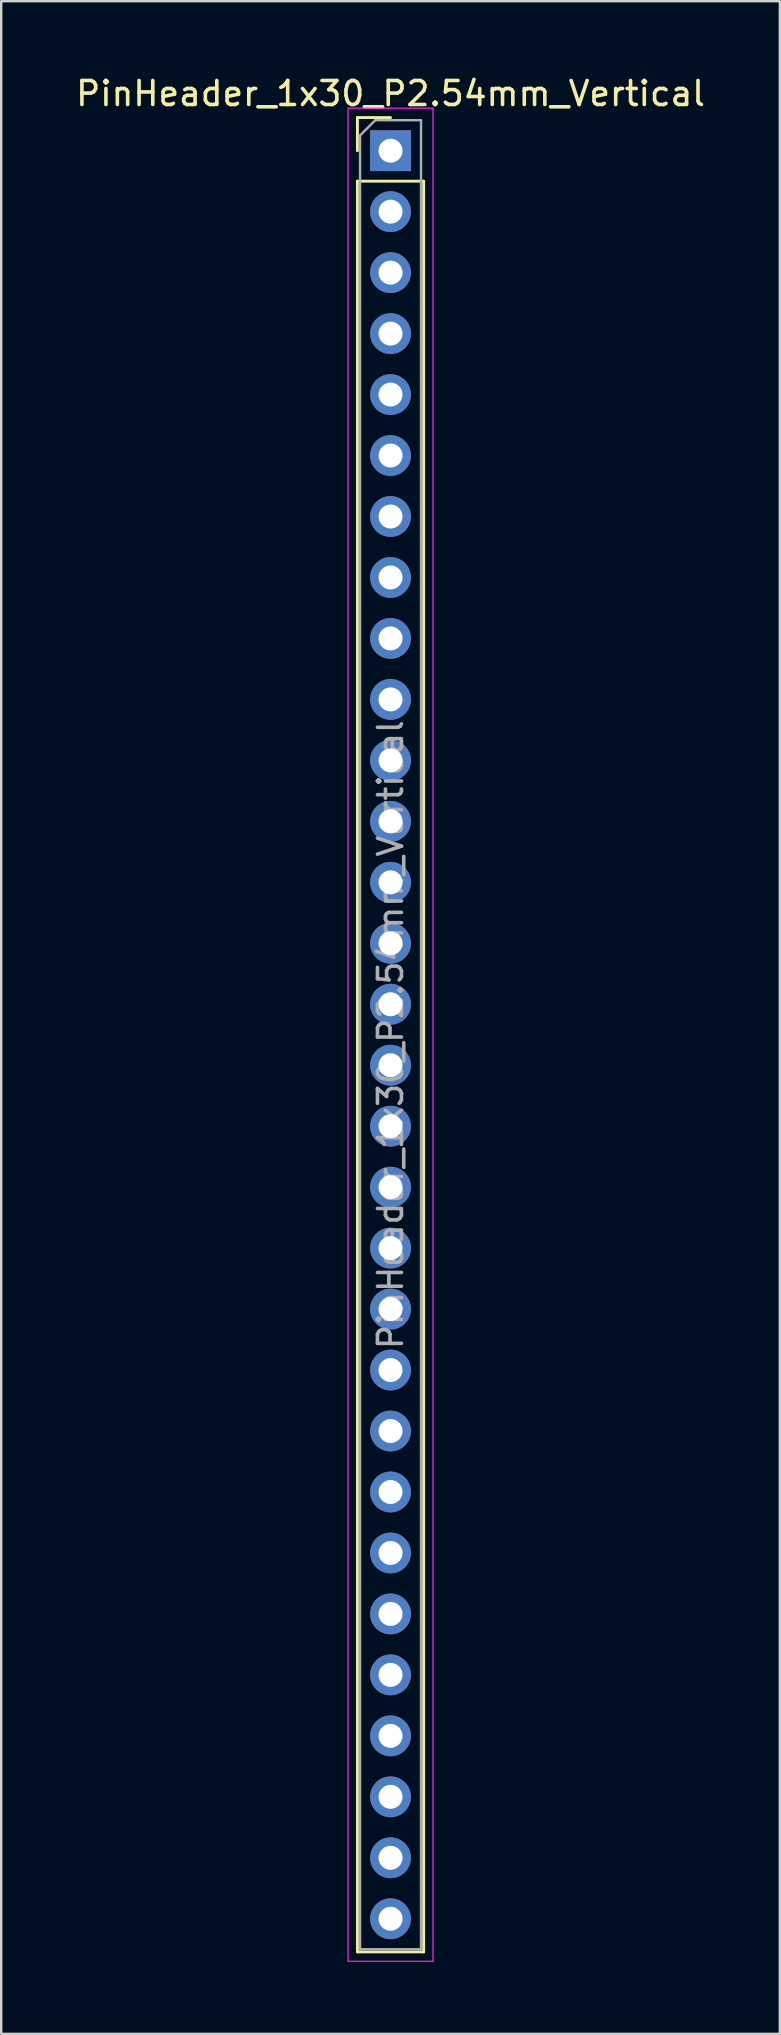
<source format=kicad_pcb>
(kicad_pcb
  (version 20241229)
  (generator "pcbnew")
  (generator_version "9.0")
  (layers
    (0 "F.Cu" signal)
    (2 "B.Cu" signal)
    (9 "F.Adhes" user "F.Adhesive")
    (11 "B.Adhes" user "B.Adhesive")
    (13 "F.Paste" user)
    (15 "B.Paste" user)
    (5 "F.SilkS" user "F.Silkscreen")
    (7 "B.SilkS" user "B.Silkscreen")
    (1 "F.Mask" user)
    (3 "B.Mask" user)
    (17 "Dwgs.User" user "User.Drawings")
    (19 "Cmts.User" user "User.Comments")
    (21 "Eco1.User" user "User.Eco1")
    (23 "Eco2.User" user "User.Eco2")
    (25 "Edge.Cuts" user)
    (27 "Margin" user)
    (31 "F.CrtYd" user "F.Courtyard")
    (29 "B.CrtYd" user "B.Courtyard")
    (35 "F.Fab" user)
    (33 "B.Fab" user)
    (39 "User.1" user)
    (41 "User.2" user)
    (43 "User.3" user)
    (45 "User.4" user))
  (footprint "PinHeader_1x30_P2.54mm_Vertical"
    (layer "F.Cu")
    (at 13.22 3.228)
    (property "Reference" "PinHeader_1x30_P2.54mm_Vertical" (at 0 -2.38 0) (layer "F.SilkS") (effects (font (size 1 1) (thickness 0.15))))
    (attr through_hole)
    (fp_line (start -1.38 -1.38) (end 0 -1.38) (stroke (width 0.12) (type solid)) (layer "F.SilkS"))
    (fp_line (start -1.38 0) (end -1.38 -1.38) (stroke (width 0.12) (type solid)) (layer "F.SilkS"))
    (fp_line (start -1.38 1.27) (end -1.38 75.04) (stroke (width 0.12) (type solid)) (layer "F.SilkS"))
    (fp_line (start -1.38 1.27) (end 1.38 1.27) (stroke (width 0.12) (type solid)) (layer "F.SilkS"))
    (fp_line (start -1.38 75.04) (end 1.38 75.04) (stroke (width 0.12) (type solid)) (layer "F.SilkS"))
    (fp_line (start 1.38 1.27) (end 1.38 75.04) (stroke (width 0.12) (type solid)) (layer "F.SilkS"))
    (fp_line (start -1.77 -1.77) (end -1.77 75.43) (stroke (width 0.05) (type solid)) (layer "F.CrtYd"))
    (fp_line (start -1.77 75.43) (end 1.77 75.43) (stroke (width 0.05) (type solid)) (layer "F.CrtYd"))
    (fp_line (start 1.77 -1.77) (end -1.77 -1.77) (stroke (width 0.05) (type solid)) (layer "F.CrtYd"))
    (fp_line (start 1.77 75.43) (end 1.77 -1.77) (stroke (width 0.05) (type solid)) (layer "F.CrtYd"))
    (fp_line (start -1.27 -0.635) (end -0.635 -1.27) (stroke (width 0.1) (type solid)) (layer "F.Fab"))
    (fp_line (start -1.27 74.93) (end -1.27 -0.635) (stroke (width 0.1) (type solid)) (layer "F.Fab"))
    (fp_line (start -0.635 -1.27) (end 1.27 -1.27) (stroke (width 0.1) (type solid)) (layer "F.Fab"))
    (fp_line (start 1.27 -1.27) (end 1.27 74.93) (stroke (width 0.1) (type solid)) (layer "F.Fab"))
    (fp_line (start 1.27 74.93) (end -1.27 74.93) (stroke (width 0.1) (type solid)) (layer "F.Fab"))
    (fp_text user "${REFERENCE}" (at 0 36.83 90) (layer "F.Fab") (effects (font (size 1 1) (thickness 0.15))))
    (pad "1" thru_hole rect (at 0 0) (size 1.7 1.7) (drill 1) (layers "*.Cu" "*.Mask"))
    (pad "2" thru_hole circle (at 0 2.54) (size 1.7 1.7) (drill 1) (layers "*.Cu" "*.Mask"))
    (pad "3" thru_hole circle (at 0 5.08) (size 1.7 1.7) (drill 1) (layers "*.Cu" "*.Mask"))
    (pad "4" thru_hole circle (at 0 7.62) (size 1.7 1.7) (drill 1) (layers "*.Cu" "*.Mask"))
    (pad "5" thru_hole circle (at 0 10.16) (size 1.7 1.7) (drill 1) (layers "*.Cu" "*.Mask"))
    (pad "6" thru_hole circle (at 0 12.7) (size 1.7 1.7) (drill 1) (layers "*.Cu" "*.Mask"))
    (pad "7" thru_hole circle (at 0 15.24) (size 1.7 1.7) (drill 1) (layers "*.Cu" "*.Mask"))
    (pad "8" thru_hole circle (at 0 17.78) (size 1.7 1.7) (drill 1) (layers "*.Cu" "*.Mask"))
    (pad "9" thru_hole circle (at 0 20.32) (size 1.7 1.7) (drill 1) (layers "*.Cu" "*.Mask"))
    (pad "10" thru_hole circle (at 0 22.86) (size 1.7 1.7) (drill 1) (layers "*.Cu" "*.Mask"))
    (pad "11" thru_hole circle (at 0 25.4) (size 1.7 1.7) (drill 1) (layers "*.Cu" "*.Mask"))
    (pad "12" thru_hole circle (at 0 27.94) (size 1.7 1.7) (drill 1) (layers "*.Cu" "*.Mask"))
    (pad "13" thru_hole circle (at 0 30.48) (size 1.7 1.7) (drill 1) (layers "*.Cu" "*.Mask"))
    (pad "14" thru_hole circle (at 0 33.02) (size 1.7 1.7) (drill 1) (layers "*.Cu" "*.Mask"))
    (pad "15" thru_hole circle (at 0 35.56) (size 1.7 1.7) (drill 1) (layers "*.Cu" "*.Mask"))
    (pad "16" thru_hole circle (at 0 38.1) (size 1.7 1.7) (drill 1) (layers "*.Cu" "*.Mask"))
    (pad "17" thru_hole circle (at 0 40.64) (size 1.7 1.7) (drill 1) (layers "*.Cu" "*.Mask"))
    (pad "18" thru_hole circle (at 0 43.18) (size 1.7 1.7) (drill 1) (layers "*.Cu" "*.Mask"))
    (pad "19" thru_hole circle (at 0 45.72) (size 1.7 1.7) (drill 1) (layers "*.Cu" "*.Mask"))
    (pad "20" thru_hole circle (at 0 48.26) (size 1.7 1.7) (drill 1) (layers "*.Cu" "*.Mask"))
    (pad "21" thru_hole circle (at 0 50.8) (size 1.7 1.7) (drill 1) (layers "*.Cu" "*.Mask"))
    (pad "22" thru_hole circle (at 0 53.34) (size 1.7 1.7) (drill 1) (layers "*.Cu" "*.Mask"))
    (pad "23" thru_hole circle (at 0 55.88) (size 1.7 1.7) (drill 1) (layers "*.Cu" "*.Mask"))
    (pad "24" thru_hole circle (at 0 58.42) (size 1.7 1.7) (drill 1) (layers "*.Cu" "*.Mask"))
    (pad "25" thru_hole circle (at 0 60.96) (size 1.7 1.7) (drill 1) (layers "*.Cu" "*.Mask"))
    (pad "26" thru_hole circle (at 0 63.5) (size 1.7 1.7) (drill 1) (layers "*.Cu" "*.Mask"))
    (pad "27" thru_hole circle (at 0 66.04) (size 1.7 1.7) (drill 1) (layers "*.Cu" "*.Mask"))
    (pad "28" thru_hole circle (at 0 68.58) (size 1.7 1.7) (drill 1) (layers "*.Cu" "*.Mask"))
    (pad "29" thru_hole circle (at 0 71.12) (size 1.7 1.7) (drill 1) (layers "*.Cu" "*.Mask"))
    (pad "30" thru_hole circle (at 0 73.66) (size 1.7 1.7) (drill 1) (layers "*.Cu" "*.Mask")))
  (gr_rect
    (start -3 -3)
    (end 29.44 81.683)
    (stroke (width 0.1) (type default))
    (fill no)
    (layer "Edge.Cuts")))
</source>
